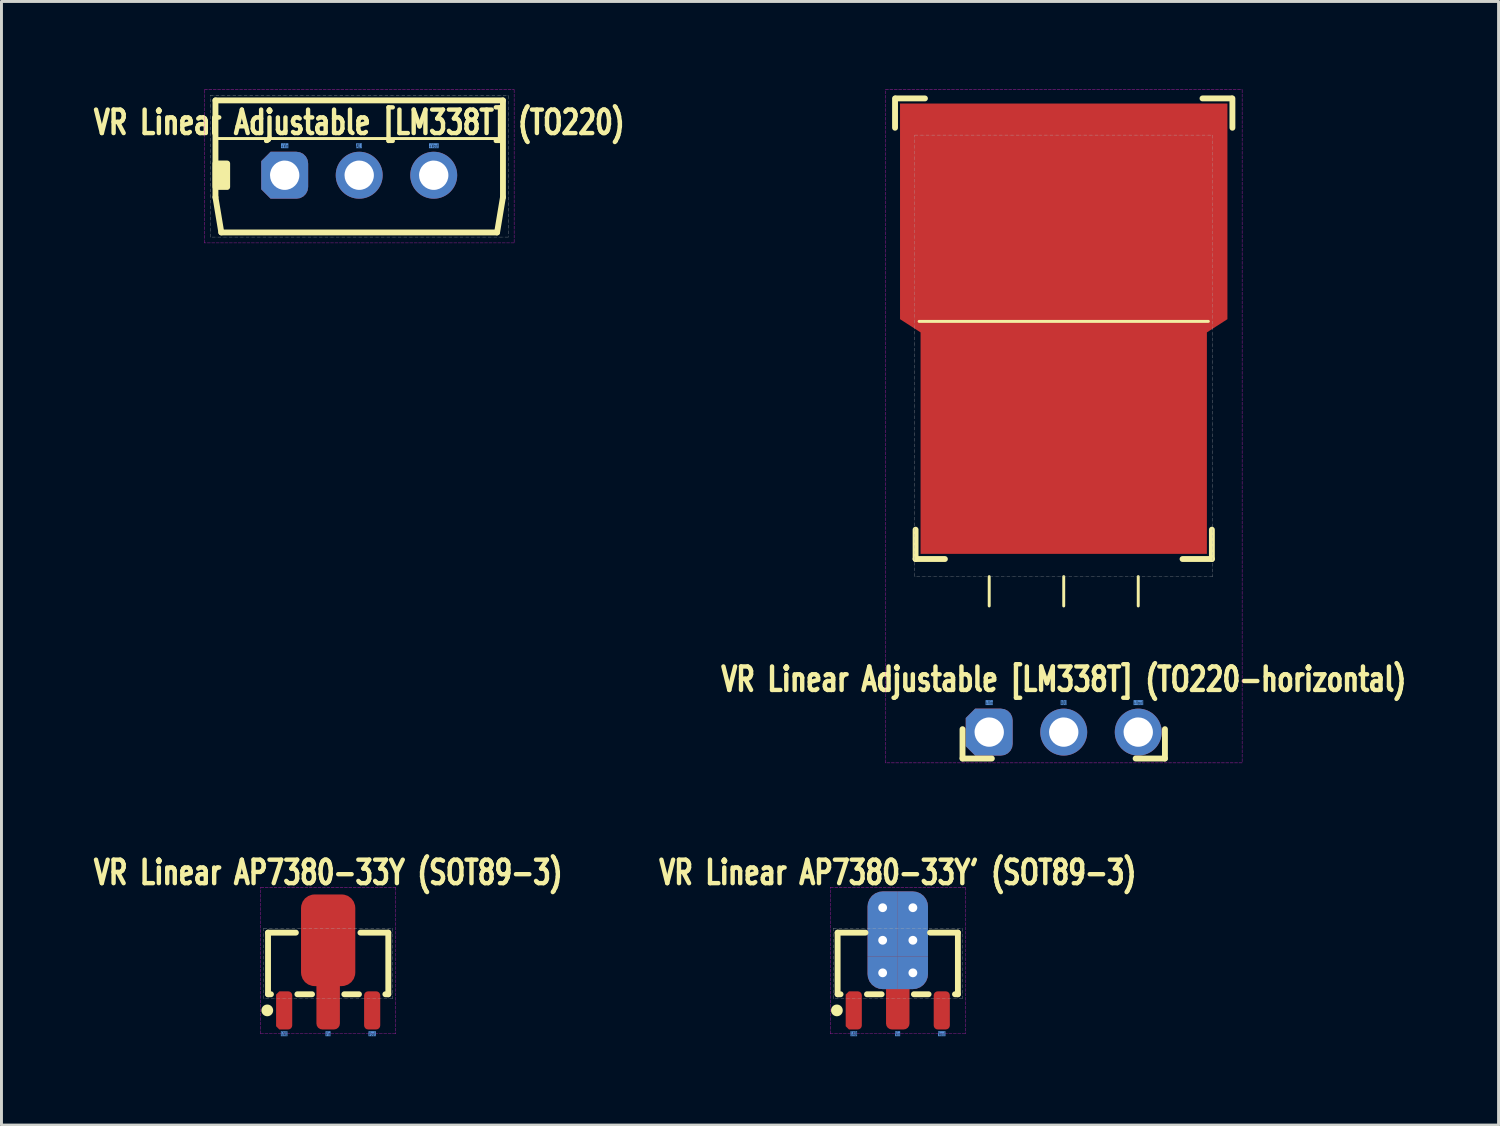
<source format=kicad_pcb>
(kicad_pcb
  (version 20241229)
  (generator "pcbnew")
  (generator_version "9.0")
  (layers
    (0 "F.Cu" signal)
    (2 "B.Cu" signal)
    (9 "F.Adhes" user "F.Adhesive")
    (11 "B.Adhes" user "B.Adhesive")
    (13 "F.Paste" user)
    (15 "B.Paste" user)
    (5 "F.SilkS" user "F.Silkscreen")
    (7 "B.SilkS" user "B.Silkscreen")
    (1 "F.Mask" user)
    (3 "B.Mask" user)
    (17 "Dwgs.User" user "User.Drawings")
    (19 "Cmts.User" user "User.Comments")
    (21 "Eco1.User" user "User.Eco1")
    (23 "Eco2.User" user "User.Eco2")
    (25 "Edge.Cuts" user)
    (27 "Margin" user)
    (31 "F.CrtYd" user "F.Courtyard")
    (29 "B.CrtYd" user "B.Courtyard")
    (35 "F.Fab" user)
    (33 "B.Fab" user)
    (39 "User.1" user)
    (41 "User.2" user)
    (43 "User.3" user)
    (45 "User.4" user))
  (footprint "VR Linear Adjustable [LM338T] (TO220-horizontal)"
    (layer "F.Cu")
    (at 33.209 21.905)
    (property "Reference" "VR Linear Adjustable [LM338T] (TO220-horizontal)" (at 0 -1.8 0) (layer "F.SilkS") (effects (font (size 0.8 0.6) (thickness 0.15))))
    (attr through_hole)
    (fp_line (start -5.75 -21.6) (end -5.75 -20.6) (stroke (width 0.2) (type default)) (layer "F.SilkS"))
    (fp_line (start -5.05 -6.9) (end -5.05 -5.9) (stroke (width 0.2) (type default)) (layer "F.SilkS"))
    (fp_line (start -4.73 -21.6) (end -5.73 -21.6) (stroke (width 0.2) (type default)) (layer "F.SilkS"))
    (fp_line (start -4.05 -5.9) (end -5.05 -5.9) (stroke (width 0.2) (type default)) (layer "F.SilkS"))
    (fp_line (start -3.45 -0.1) (end -3.45 0.9) (stroke (width 0.2) (type default)) (layer "F.SilkS"))
    (fp_line (start -2.54 -4.3) (end -2.54 -5.3) (stroke (width 0.1) (type default)) (layer "F.SilkS"))
    (fp_line (start -2.45 0.9) (end -3.45 0.9) (stroke (width 0.2) (type default)) (layer "F.SilkS"))
    (fp_line (start 0 -4.3) (end 0 -5.3) (stroke (width 0.1) (type default)) (layer "F.SilkS"))
    (fp_line (start 2.45 0.9) (end 3.45 0.9) (stroke (width 0.2) (type default)) (layer "F.SilkS"))
    (fp_line (start 2.54 -4.3) (end 2.54 -5.3) (stroke (width 0.1) (type default)) (layer "F.SilkS"))
    (fp_line (start 3.45 -0.1) (end 3.45 0.9) (stroke (width 0.2) (type default)) (layer "F.SilkS"))
    (fp_line (start 4.05 -5.9) (end 5.05 -5.9) (stroke (width 0.2) (type default)) (layer "F.SilkS"))
    (fp_line (start 4.73 -21.6) (end 5.73 -21.6) (stroke (width 0.2) (type default)) (layer "F.SilkS"))
    (fp_line (start 4.93 -14) (end -4.93 -14) (stroke (width 0.1) (type default)) (layer "F.SilkS"))
    (fp_line (start 5.05 -6.9) (end 5.05 -5.9) (stroke (width 0.2) (type default)) (layer "F.SilkS"))
    (fp_line (start 5.75 -21.6) (end 5.75 -20.6) (stroke (width 0.2) (type default)) (layer "F.SilkS"))
    (fp_rect (start -6.08 -21.9) (end 6.08 1.05) (stroke (width 0.01) (type dash)) (fill no) (layer "F.CrtYd"))
    (fp_rect (start -5.08 -20.35) (end 5.08 -5.301) (stroke (width 0.01) (type dash_dot)) (fill no) (layer "F.Fab"))
    (fp_text user "+Vout" (at 2.54 -1 0) (layer "Cmts.User" knockout) (effects (font (size 0.13 0.07) (thickness 0.01) (bold yes))))
    (fp_text user "+Vin" (at -2.54 -1 0) (layer "Cmts.User" knockout) (effects (font (size 0.13 0.07) (thickness 0.01) (bold yes))))
    (fp_text user "ADJ" (at 0 -1 0) (layer "Cmts.User" knockout) (effects (font (size 0.13 0.07) (thickness 0.01) (bold yes))))
    (pad "1" thru_hole roundrect (at -2.54 0) (size 1.6 1.6) (drill 1) (layers "*.Cu" "B.Mask") (roundrect_rratio 0.25) (chamfer_ratio 0.2) (chamfer top_left bottom_left))
    (pad "2" thru_hole circle (at 0 0) (size 1.6 1.6) (drill 1) (layers "*.Cu" "B.Mask"))
    (pad "3" thru_hole circle (at 2.54 0) (size 1.6 1.6) (drill 1) (layers "*.Cu" "B.Mask"))
    (pad "4" smd custom (at 0 -17.75) (size 11.16 7.35) (layers "F.Cu" "F.Mask" "F.Paste") (options (anchor rect)) (primitives (gr_poly (pts (xy -5.58 3.675) (xy 5.58 3.675) (xy 4.88 4.125) (xy 4.88 11.675) (xy -4.88 11.675) (xy -4.88 4.125)) (width 0) (fill yes)))))
  (footprint "VR Linear Adjustable [LM338T] (TO220)"
    (layer "F.Cu")
    (at 9.194 2.923)
    (property "Reference" "VR Linear Adjustable [LM338T] (TO220)" (at 0 -1.8 0) (layer "F.SilkS") (effects (font (size 0.8 0.6) (thickness 0.15))))
    (attr through_hole)
    (fp_line (start -4.9 -2.55) (end -4.9 0.75) (stroke (width 0.2) (type default)) (layer "F.SilkS"))
    (fp_line (start -4.9 0.75) (end -4.7 1.95) (stroke (width 0.2) (type default)) (layer "F.SilkS"))
    (fp_line (start 4.7 1.95) (end -4.7 1.95) (stroke (width 0.2) (type default)) (layer "F.SilkS"))
    (fp_line (start 4.9 -2.55) (end -4.9 -2.55) (stroke (width 0.2) (type default)) (layer "F.SilkS"))
    (fp_line (start 4.9 -2.55) (end 4.9 0.75) (stroke (width 0.2) (type default)) (layer "F.SilkS"))
    (fp_line (start 4.9 -1.25) (end -4.9 -1.25) (stroke (width 0.1) (type default)) (layer "F.SilkS"))
    (fp_line (start 4.9 0.75) (end 4.7 1.95) (stroke (width 0.2) (type default)) (layer "F.SilkS"))
    (fp_rect (start -4.9 -0.4) (end -4.5 0.4) (stroke (width 0.2) (type solid)) (fill yes) (layer "F.SilkS"))
    (fp_rect (start -5.28 -2.918) (end 5.28 2.308) (stroke (width 0.01) (type dash)) (fill no) (layer "F.CrtYd"))
    (fp_rect (start -5.08 -2.718) (end 5.08 2.108) (stroke (width 0.01) (type dash_dot)) (fill no) (layer "F.Fab"))
    (fp_text user "+Vout" (at 2.54 -1 0) (layer "Cmts.User" knockout) (effects (font (size 0.13 0.07) (thickness 0.01) (bold yes))))
    (fp_text user "+Vin" (at -2.54 -1 0) (layer "Cmts.User" knockout) (effects (font (size 0.13 0.07) (thickness 0.01) (bold yes))))
    (fp_text user "ADJ" (at 0 -1 0) (layer "Cmts.User" knockout) (effects (font (size 0.13 0.07) (thickness 0.01) (bold yes))))
    (pad "1" thru_hole roundrect (at -2.54 0) (size 1.6 1.6) (drill 1) (layers "*.Cu" "*.Mask") (roundrect_rratio 0.25) (chamfer_ratio 0.2) (chamfer top_left bottom_left))
    (pad "2" thru_hole circle (at 0 0) (size 1.6 1.6) (drill 1) (layers "*.Cu" "*.Mask"))
    (pad "3" thru_hole circle (at 2.54 0) (size 1.6 1.6) (drill 1) (layers "*.Cu" "*.Mask")))
  (footprint "VR Linear AP7380-33Y (SOT89-3)"
    (layer "F.Cu")
    (at 8.136 31.391)
    (property "Reference" "VR Linear AP7380-33Y (SOT89-3)" (at 0 -4.7 0) (layer "F.SilkS") (effects (font (size 0.8 0.6) (thickness 0.15))))
    (attr smd)
    (fp_line (start -2.05 -2.65) (end -1.1 -2.65) (stroke (width 0.2) (type default)) (layer "F.SilkS"))
    (fp_line (start -2.05 -0.55) (end -2.05 -2.65) (stroke (width 0.2) (type default)) (layer "F.SilkS"))
    (fp_line (start -2.05 -0.55) (end -1.95 -0.55) (stroke (width 0.2) (type default)) (layer "F.SilkS"))
    (fp_line (start -1.05 -0.55) (end -0.55 -0.55) (stroke (width 0.2) (type default)) (layer "F.SilkS"))
    (fp_line (start 1.05 -0.55) (end 0.55 -0.55) (stroke (width 0.2) (type default)) (layer "F.SilkS"))
    (fp_line (start 2.05 -2.65) (end 1.1 -2.65) (stroke (width 0.2) (type default)) (layer "F.SilkS"))
    (fp_line (start 2.05 -0.55) (end 1.95 -0.55) (stroke (width 0.2) (type default)) (layer "F.SilkS"))
    (fp_line (start 2.05 -0.55) (end 2.05 -2.65) (stroke (width 0.2) (type default)) (layer "F.SilkS"))
    (fp_circle (center -2.075 0) (end -1.925 0) (stroke (width 0.1) (type solid)) (fill yes) (layer "F.SilkS"))
    (fp_rect (start -2.3 -4.2) (end 2.3 0.8) (stroke (width 0.01) (type dash)) (fill no) (layer "F.CrtYd"))
    (fp_rect (start -2.2 -2.8) (end 2.2 -0.4) (stroke (width 0.01) (type dash_dot)) (fill no) (layer "F.Fab"))
    (fp_text user "Vout" (at 1.5 0.8 0) (layer "Cmts.User" knockout) (effects (font (size 0.13 0.07) (thickness 0.01) (bold yes))))
    (fp_text user "GND" (at -1.5 0.8 0) (layer "Cmts.User" knockout) (effects (font (size 0.13 0.07) (thickness 0.01) (bold yes))))
    (fp_text user "Vin" (at 0 0.8 0) (layer "Cmts.User" knockout) (effects (font (size 0.13 0.07) (thickness 0.01) (bold yes))))
    (pad "1" smd roundrect (at -1.5 0) (size 0.55 1.3) (layers "F.Cu" "F.Mask" "F.Paste") (roundrect_rratio 0.25) (chamfer_ratio 0.2) (chamfer top_left bottom_left))
    (pad "2" smd roundrect (at 0 -2.39) (size 1.85 3.125) (layers "F.Cu" "F.Mask" "F.Paste") (roundrect_rratio 0.25))
    (pad "2" smd roundrect (at 0 -0.2) (size 0.8 1.7) (layers "F.Cu" "F.Mask" "F.Paste") (roundrect_rratio 0.25))
    (pad "3" smd roundrect (at 1.5 0) (size 0.55 1.3) (layers "F.Cu" "F.Mask" "F.Paste") (roundrect_rratio 0.25) (chamfer_ratio 0.2) (chamfer)))
  (footprint "VR Linear AP7380-33Y' (SOT89-3)"
    (layer "F.Cu")
    (at 27.552 31.391)
    (property "Reference" "VR Linear AP7380-33Y' (SOT89-3)" (at 0 -4.7 0) (layer "F.SilkS") (effects (font (size 0.8 0.6) (thickness 0.15))))
    (attr smd)
    (fp_line (start -2.05 -2.65) (end -1.1 -2.65) (stroke (width 0.2) (type default)) (layer "F.SilkS"))
    (fp_line (start -2.05 -0.55) (end -2.05 -2.65) (stroke (width 0.2) (type default)) (layer "F.SilkS"))
    (fp_line (start -2.05 -0.55) (end -1.95 -0.55) (stroke (width 0.2) (type default)) (layer "F.SilkS"))
    (fp_line (start -1.05 -0.55) (end -0.55 -0.55) (stroke (width 0.2) (type default)) (layer "F.SilkS"))
    (fp_line (start 1.05 -0.55) (end 0.55 -0.55) (stroke (width 0.2) (type default)) (layer "F.SilkS"))
    (fp_line (start 2.05 -2.65) (end 1.1 -2.65) (stroke (width 0.2) (type default)) (layer "F.SilkS"))
    (fp_line (start 2.05 -0.55) (end 1.95 -0.55) (stroke (width 0.2) (type default)) (layer "F.SilkS"))
    (fp_line (start 2.05 -0.55) (end 2.05 -2.65) (stroke (width 0.2) (type default)) (layer "F.SilkS"))
    (fp_circle (center -2.075 0) (end -1.925 0) (stroke (width 0.1) (type solid)) (fill yes) (layer "F.SilkS"))
    (fp_rect (start -2.3 -4.2) (end 2.3 0.8) (stroke (width 0.01) (type dash)) (fill no) (layer "F.CrtYd"))
    (fp_rect (start -2.2 -2.8) (end 2.2 -0.4) (stroke (width 0.01) (type dash_dot)) (fill no) (layer "F.Fab"))
    (fp_text user "Vout" (at 1.5 0.8 0) (layer "Cmts.User" knockout) (effects (font (size 0.13 0.07) (thickness 0.01) (bold yes))))
    (fp_text user "GND" (at -1.5 0.8 0) (layer "Cmts.User" knockout) (effects (font (size 0.13 0.07) (thickness 0.01) (bold yes))))
    (fp_text user "Vin" (at 0 0.8 0) (layer "Cmts.User" knockout) (effects (font (size 0.13 0.07) (thickness 0.01) (bold yes))))
    (pad "1" smd roundrect (at -1.5 0) (size 0.55 1.3) (layers "F.Cu" "F.Mask" "F.Paste") (roundrect_rratio 0.25) (chamfer_ratio 0.2) (chamfer top_left bottom_left))
    (pad "2" thru_hole roundrect (at -0.515 -3.5) (size 1.03 1.11) (drill 0.3) (layers "*.Cu" "F.Mask" "F.Paste") (roundrect_rratio 0.5) (chamfer_ratio 0) (chamfer top_right bottom_left bottom_right))
    (pad "2" thru_hole rect (at -0.515 -2.39) (size 1.03 1.11) (drill 0.3) (layers "*.Cu" "F.Mask" "F.Paste"))
    (pad "2" thru_hole roundrect (at -0.515 -1.28) (size 1.03 1.11) (drill 0.3) (layers "*.Cu" "F.Mask" "F.Paste") (roundrect_rratio 0.5) (chamfer_ratio 0) (chamfer top_left top_right bottom_right))
    (pad "2" smd roundrect (at 0 -0.2) (size 0.8 1.7) (layers "F.Cu" "F.Mask" "F.Paste") (roundrect_rratio 0.25))
    (pad "2" thru_hole roundrect (at 0.515 -3.5) (size 1.03 1.11) (drill 0.3) (layers "*.Cu" "F.Mask" "F.Paste") (roundrect_rratio 0.5) (chamfer_ratio 0) (chamfer top_left bottom_left bottom_right))
    (pad "2" thru_hole rect (at 0.515 -2.39) (size 1.03 1.11) (drill 0.3) (layers "*.Cu" "F.Mask" "F.Paste"))
    (pad "2" thru_hole roundrect (at 0.515 -1.28) (size 1.03 1.11) (drill 0.3) (layers "*.Cu" "F.Mask" "F.Paste") (roundrect_rratio 0.5) (chamfer_ratio 0) (chamfer top_left top_right bottom_left))
    (pad "3" smd roundrect (at 1.5 0) (size 0.55 1.3) (layers "F.Cu" "F.Mask" "F.Paste") (roundrect_rratio 0.25) (chamfer_ratio 0.2) (chamfer)))
  (gr_rect
    (start -3 -3)
    (end 48.031 35.299)
    (stroke (width 0.1) (type default))
    (fill no)
    (layer "Edge.Cuts")))
</source>
